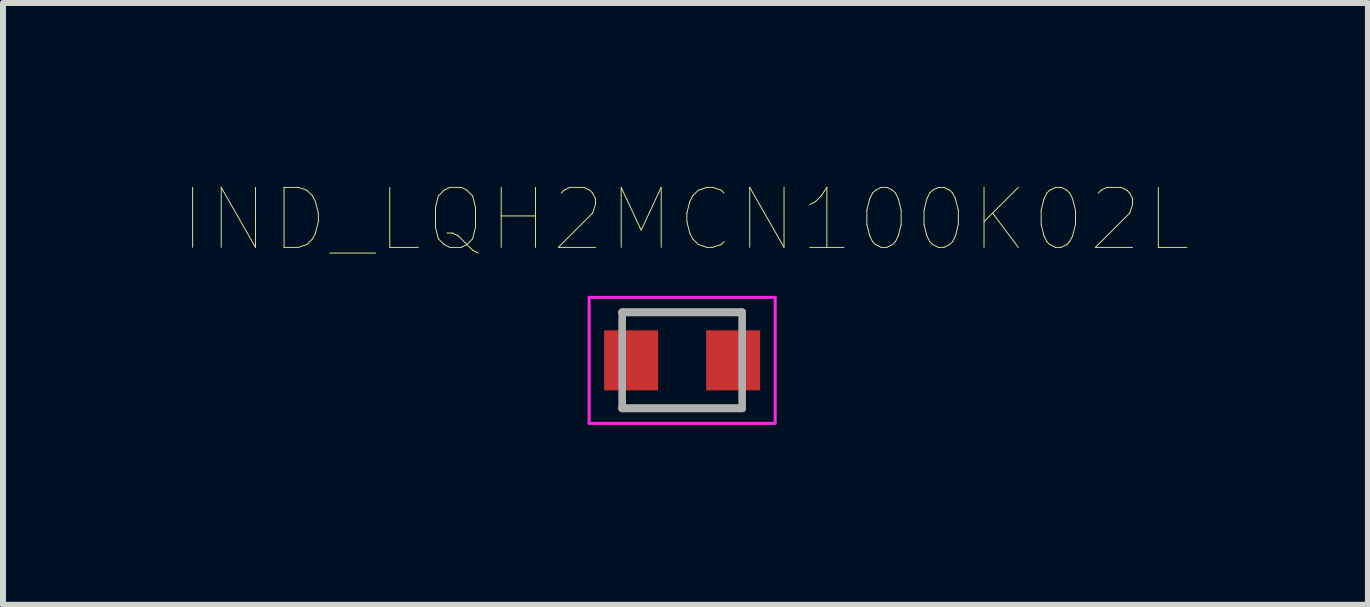
<source format=kicad_pcb>
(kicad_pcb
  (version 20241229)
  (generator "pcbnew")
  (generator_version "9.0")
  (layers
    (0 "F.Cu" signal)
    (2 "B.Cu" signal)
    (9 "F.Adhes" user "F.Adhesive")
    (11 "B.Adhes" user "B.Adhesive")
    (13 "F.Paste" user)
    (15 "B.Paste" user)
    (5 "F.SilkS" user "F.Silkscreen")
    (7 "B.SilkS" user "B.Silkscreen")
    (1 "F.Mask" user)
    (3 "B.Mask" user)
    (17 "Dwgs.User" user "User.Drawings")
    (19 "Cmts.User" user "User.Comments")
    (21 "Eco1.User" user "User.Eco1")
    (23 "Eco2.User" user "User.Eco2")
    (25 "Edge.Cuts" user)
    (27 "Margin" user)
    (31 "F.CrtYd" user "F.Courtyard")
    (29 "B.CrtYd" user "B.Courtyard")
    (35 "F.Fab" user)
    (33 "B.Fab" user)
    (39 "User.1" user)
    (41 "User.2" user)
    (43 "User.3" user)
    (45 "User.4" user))
  (footprint "IND_LQH2MCN100K02L"
    (layer "F.Cu")
    (at 8.32 2.956)
    (property "Reference" "IND_LQH2MCN100K02L" (at 0.055 -2.345 0) (layer "F.SilkS") (effects (font (size 1 1) (thickness 0.015))))
    (attr through_hole)
    (fp_line (start -1 -0.8) (end 1 -0.8) (stroke (width 0.127) (type solid)) (layer "F.SilkS"))
    (fp_line (start 1 0.8) (end -1 0.8) (stroke (width 0.127) (type solid)) (layer "F.SilkS"))
    (fp_line (start -1.55 -1.05) (end 1.55 -1.05) (stroke (width 0.05) (type solid)) (layer "F.CrtYd"))
    (fp_line (start -1.55 1.05) (end -1.55 -1.05) (stroke (width 0.05) (type solid)) (layer "F.CrtYd"))
    (fp_line (start 1.55 -1.05) (end 1.55 1.05) (stroke (width 0.05) (type solid)) (layer "F.CrtYd"))
    (fp_line (start 1.55 1.05) (end -1.55 1.05) (stroke (width 0.05) (type solid)) (layer "F.CrtYd"))
    (fp_line (start -1 -0.8) (end 1 -0.8) (stroke (width 0.127) (type solid)) (layer "F.Fab"))
    (fp_line (start -1 0.8) (end -1 -0.8) (stroke (width 0.127) (type solid)) (layer "F.Fab"))
    (fp_line (start 1 -0.8) (end 1 0.8) (stroke (width 0.127) (type solid)) (layer "F.Fab"))
    (fp_line (start 1 0.8) (end -1 0.8) (stroke (width 0.127) (type solid)) (layer "F.Fab"))
    (pad "1" smd rect (at -0.85 0) (size 0.9 1) (layers "F.Cu" "F.Mask" "F.Paste"))
    (pad "2" smd rect (at 0.85 0) (size 0.9 1) (layers "F.Cu" "F.Mask" "F.Paste")))
  (gr_rect
    (start -3 -3)
    (end 19.75 7.031)
    (stroke (width 0.1) (type default))
    (fill no)
    (layer "Edge.Cuts")))
</source>
